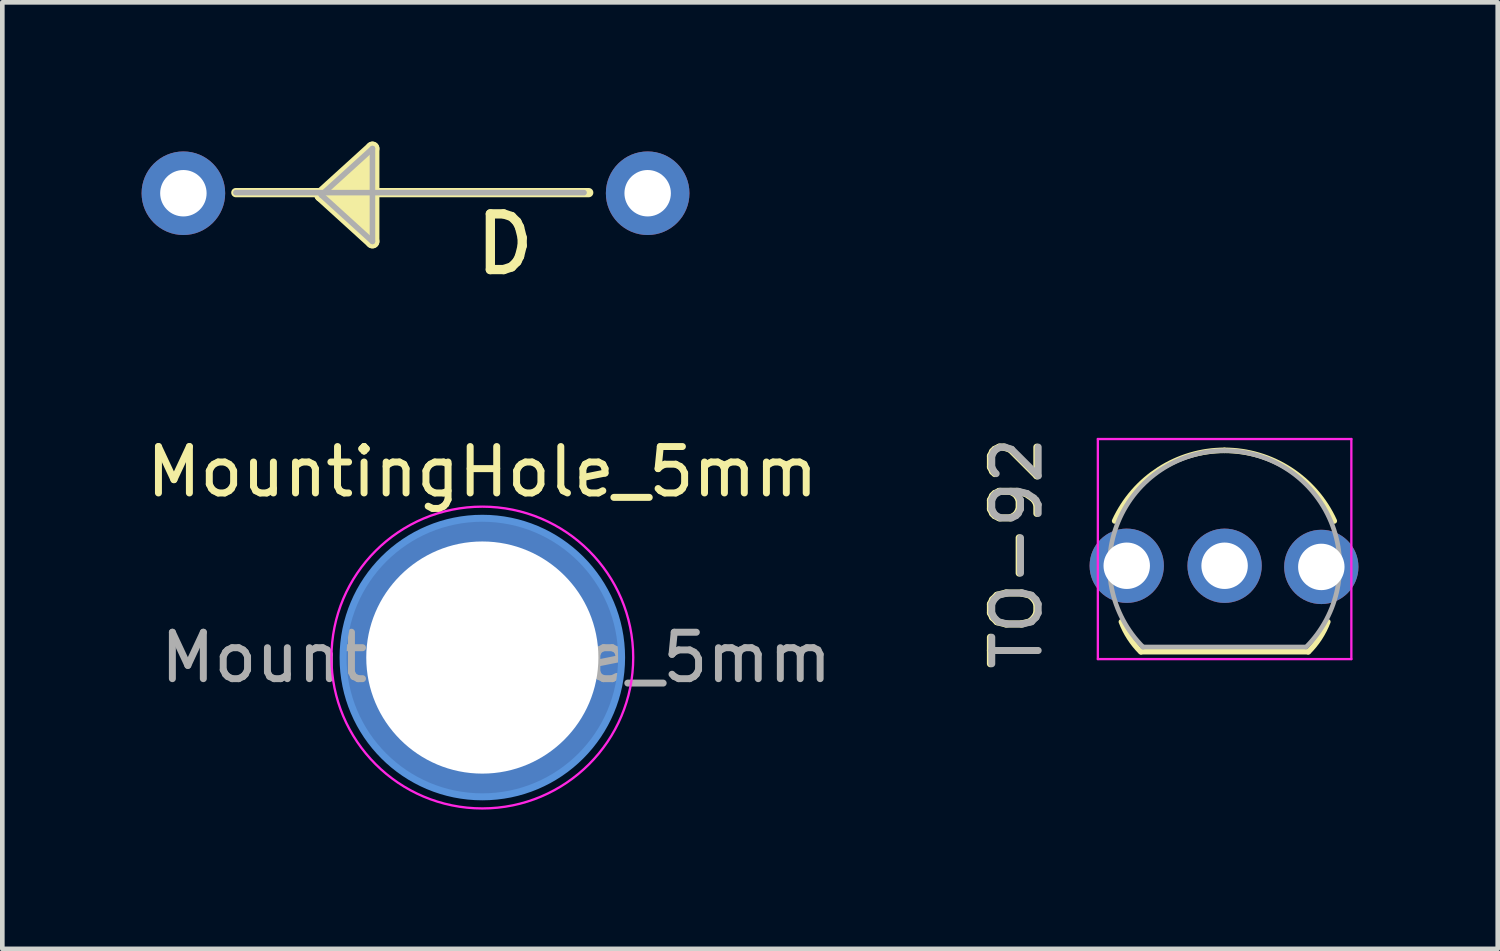
<source format=kicad_pcb>
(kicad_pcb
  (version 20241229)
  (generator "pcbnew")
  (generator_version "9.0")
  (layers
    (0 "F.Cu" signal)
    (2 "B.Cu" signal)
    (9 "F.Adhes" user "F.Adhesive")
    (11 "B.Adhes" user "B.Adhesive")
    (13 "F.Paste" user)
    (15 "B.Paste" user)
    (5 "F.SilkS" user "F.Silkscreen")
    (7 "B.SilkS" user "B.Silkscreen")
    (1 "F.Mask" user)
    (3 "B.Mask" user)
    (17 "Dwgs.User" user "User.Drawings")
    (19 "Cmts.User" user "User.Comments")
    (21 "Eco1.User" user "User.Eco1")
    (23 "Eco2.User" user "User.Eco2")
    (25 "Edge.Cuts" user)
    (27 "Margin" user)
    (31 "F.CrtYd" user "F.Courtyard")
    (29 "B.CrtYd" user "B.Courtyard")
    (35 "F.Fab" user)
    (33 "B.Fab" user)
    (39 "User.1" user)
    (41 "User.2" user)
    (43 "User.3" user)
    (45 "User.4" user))
  (footprint "TO-92"
    (layer "F.Cu")
    (at 22.057 9.136)
    (property "Reference" "TO-92" (at -3.23 -0.27 270) (layer "F.SilkS") (effects (font (size 1 1) (thickness 0.15))))
    (attr through_hole)
    (fp_line (start -0.53 1.85) (end 3.07 1.85) (stroke (width 0.12) (type solid)) (layer "F.SilkS"))
    (fp_arc (start -1.098398 -0.9652) (mid -0.139024 -2.072774) (end 1.266901 -2.485681) (stroke (width 0.12) (type solid)) (layer "F.SilkS"))
    (fp_arc (start -0.5334 1.8542) (mid -0.777344 1.552751) (end -0.953055 1.207055) (stroke (width 0.12) (type solid)) (layer "F.SilkS"))
    (fp_arc (start 1.266901 -2.485681) (mid 2.672826 -2.072774) (end 3.6322 -0.9652) (stroke (width 0.12) (type solid)) (layer "F.SilkS"))
    (fp_arc (start 3.493055 1.207055) (mid 3.317344 1.552751) (end 3.0734 1.8542) (stroke (width 0.12) (type solid)) (layer "F.SilkS"))
    (fp_line (start -1.46 -2.73) (end -1.46 2.01) (stroke (width 0.05) (type solid)) (layer "F.CrtYd"))
    (fp_line (start -1.46 -2.73) (end 4 -2.73) (stroke (width 0.05) (type solid)) (layer "F.CrtYd"))
    (fp_line (start 4 2.01) (end -1.46 2.01) (stroke (width 0.05) (type solid)) (layer "F.CrtYd"))
    (fp_line (start 4 2.01) (end 4 -2.73) (stroke (width 0.05) (type solid)) (layer "F.CrtYd"))
    (fp_line (start -0.5 1.75) (end 3 1.75) (stroke (width 0.1) (type solid)) (layer "F.Fab"))
    (fp_arc (start -0.483625 1.753625) (mid -1.021221 -0.949055) (end 1.27 -2.48) (stroke (width 0.1) (type solid)) (layer "F.Fab"))
    (fp_arc (start 1.27 -2.48) (mid 3.561221 -0.949055) (end 3.023625 1.753625) (stroke (width 0.1) (type solid)) (layer "F.Fab"))
    (fp_text user "${REFERENCE}" (at -3.2 -0.27 90) (layer "F.Fab") (effects (font (size 1 1) (thickness 0.15))))
    (pad "1" thru_hole circle (at -0.838 0) (size 1.6 1.6) (drill 1) (layers "*.Cu" "*.Mask"))
    (pad "2" thru_hole circle (at 1.27 0) (size 1.6 1.6) (drill 1) (layers "*.Cu" "*.Mask"))
    (pad "3" thru_hole circle (at 3.353 0.025) (size 1.6 1.6) (drill 1) (layers "*.Cu" "*.Mask")))
  (footprint "D"
    (layer "F.Cu")
    (at 0.9 1.112)
    (property "Reference" "D" (at 6.926 1.1 180) (layer "F.SilkS") (effects (font (size 1.2 1.2) (thickness 0.2))))
    (attr through_hole)
    (fp_line (start 1.13 -0.013) (end 8.73 -0.013) (stroke (width 0.2) (type solid)) (layer "F.SilkS"))
    (fp_line (start 2.971 0.038) (end 4.072 -0.962) (stroke (width 0.3) (type solid)) (layer "F.SilkS"))
    (fp_line (start 2.971 0.038) (end 4.072 1.038) (stroke (width 0.3) (type solid)) (layer "F.SilkS"))
    (fp_line (start 3.372 0.038) (end 3.671 0.338) (stroke (width 0.4) (type solid)) (layer "F.SilkS"))
    (fp_line (start 3.471 -0.062) (end 3.671 -0.262) (stroke (width 0.4) (type solid)) (layer "F.SilkS"))
    (fp_line (start 3.872 -0.662) (end 3.872 0.638) (stroke (width 0.4) (type solid)) (layer "F.SilkS"))
    (fp_line (start 4.072 -0.962) (end 4.072 1.038) (stroke (width 0.3) (type solid)) (layer "F.SilkS"))
    (fp_line (start 1.13 -0.013) (end 8.63 -0.013) (stroke (width 0.12) (type solid)) (layer "F.Fab"))
    (fp_line (start 2.971 0.038) (end 4.072 1.038) (stroke (width 0.12) (type solid)) (layer "F.Fab"))
    (fp_line (start 4.072 -0.962) (end 2.971 0.038) (stroke (width 0.12) (type solid)) (layer "F.Fab"))
    (fp_line (start 4.072 -0.962) (end 4.072 1.038) (stroke (width 0.12) (type solid)) (layer "F.Fab"))
    (pad "1" thru_hole circle (at 0 0) (size 1.8 1.8) (drill 1) (layers "*.Cu" "*.Mask"))
    (pad "2" thru_hole oval (at 10 0) (size 1.8 1.8) (drill 1) (layers "*.Cu" "*.Mask")))
  (footprint "MountingHole_5mm"
    (layer "F.Cu")
    (at 7.339 11.113)
    (property "Reference" "MountingHole_5mm" (at 0 -4 0) (layer "F.SilkS") (effects (font (size 1 1) (thickness 0.15))))
    (attr exclude_from_pos_files exclude_from_bom)
    (fp_circle (center 0 0) (end 3 0) (stroke (width 0.15) (type solid)) (fill no) (layer "Cmts.User"))
    (fp_circle (center 0 0) (end 3.25 0) (stroke (width 0.05) (type solid)) (fill no) (layer "F.CrtYd"))
    (fp_text user "${REFERENCE}" (at 0.3 0 0) (layer "F.Fab") (effects (font (size 1 1) (thickness 0.15))))
    (pad "1" thru_hole circle (at 0 0) (size 6 6) (drill 5) (layers "*.Cu" "*.Mask")))
  (gr_rect
    (start -3 -3)
    (end 29.21 17.388)
    (stroke (width 0.1) (type default))
    (fill no)
    (layer "Edge.Cuts")))
</source>
